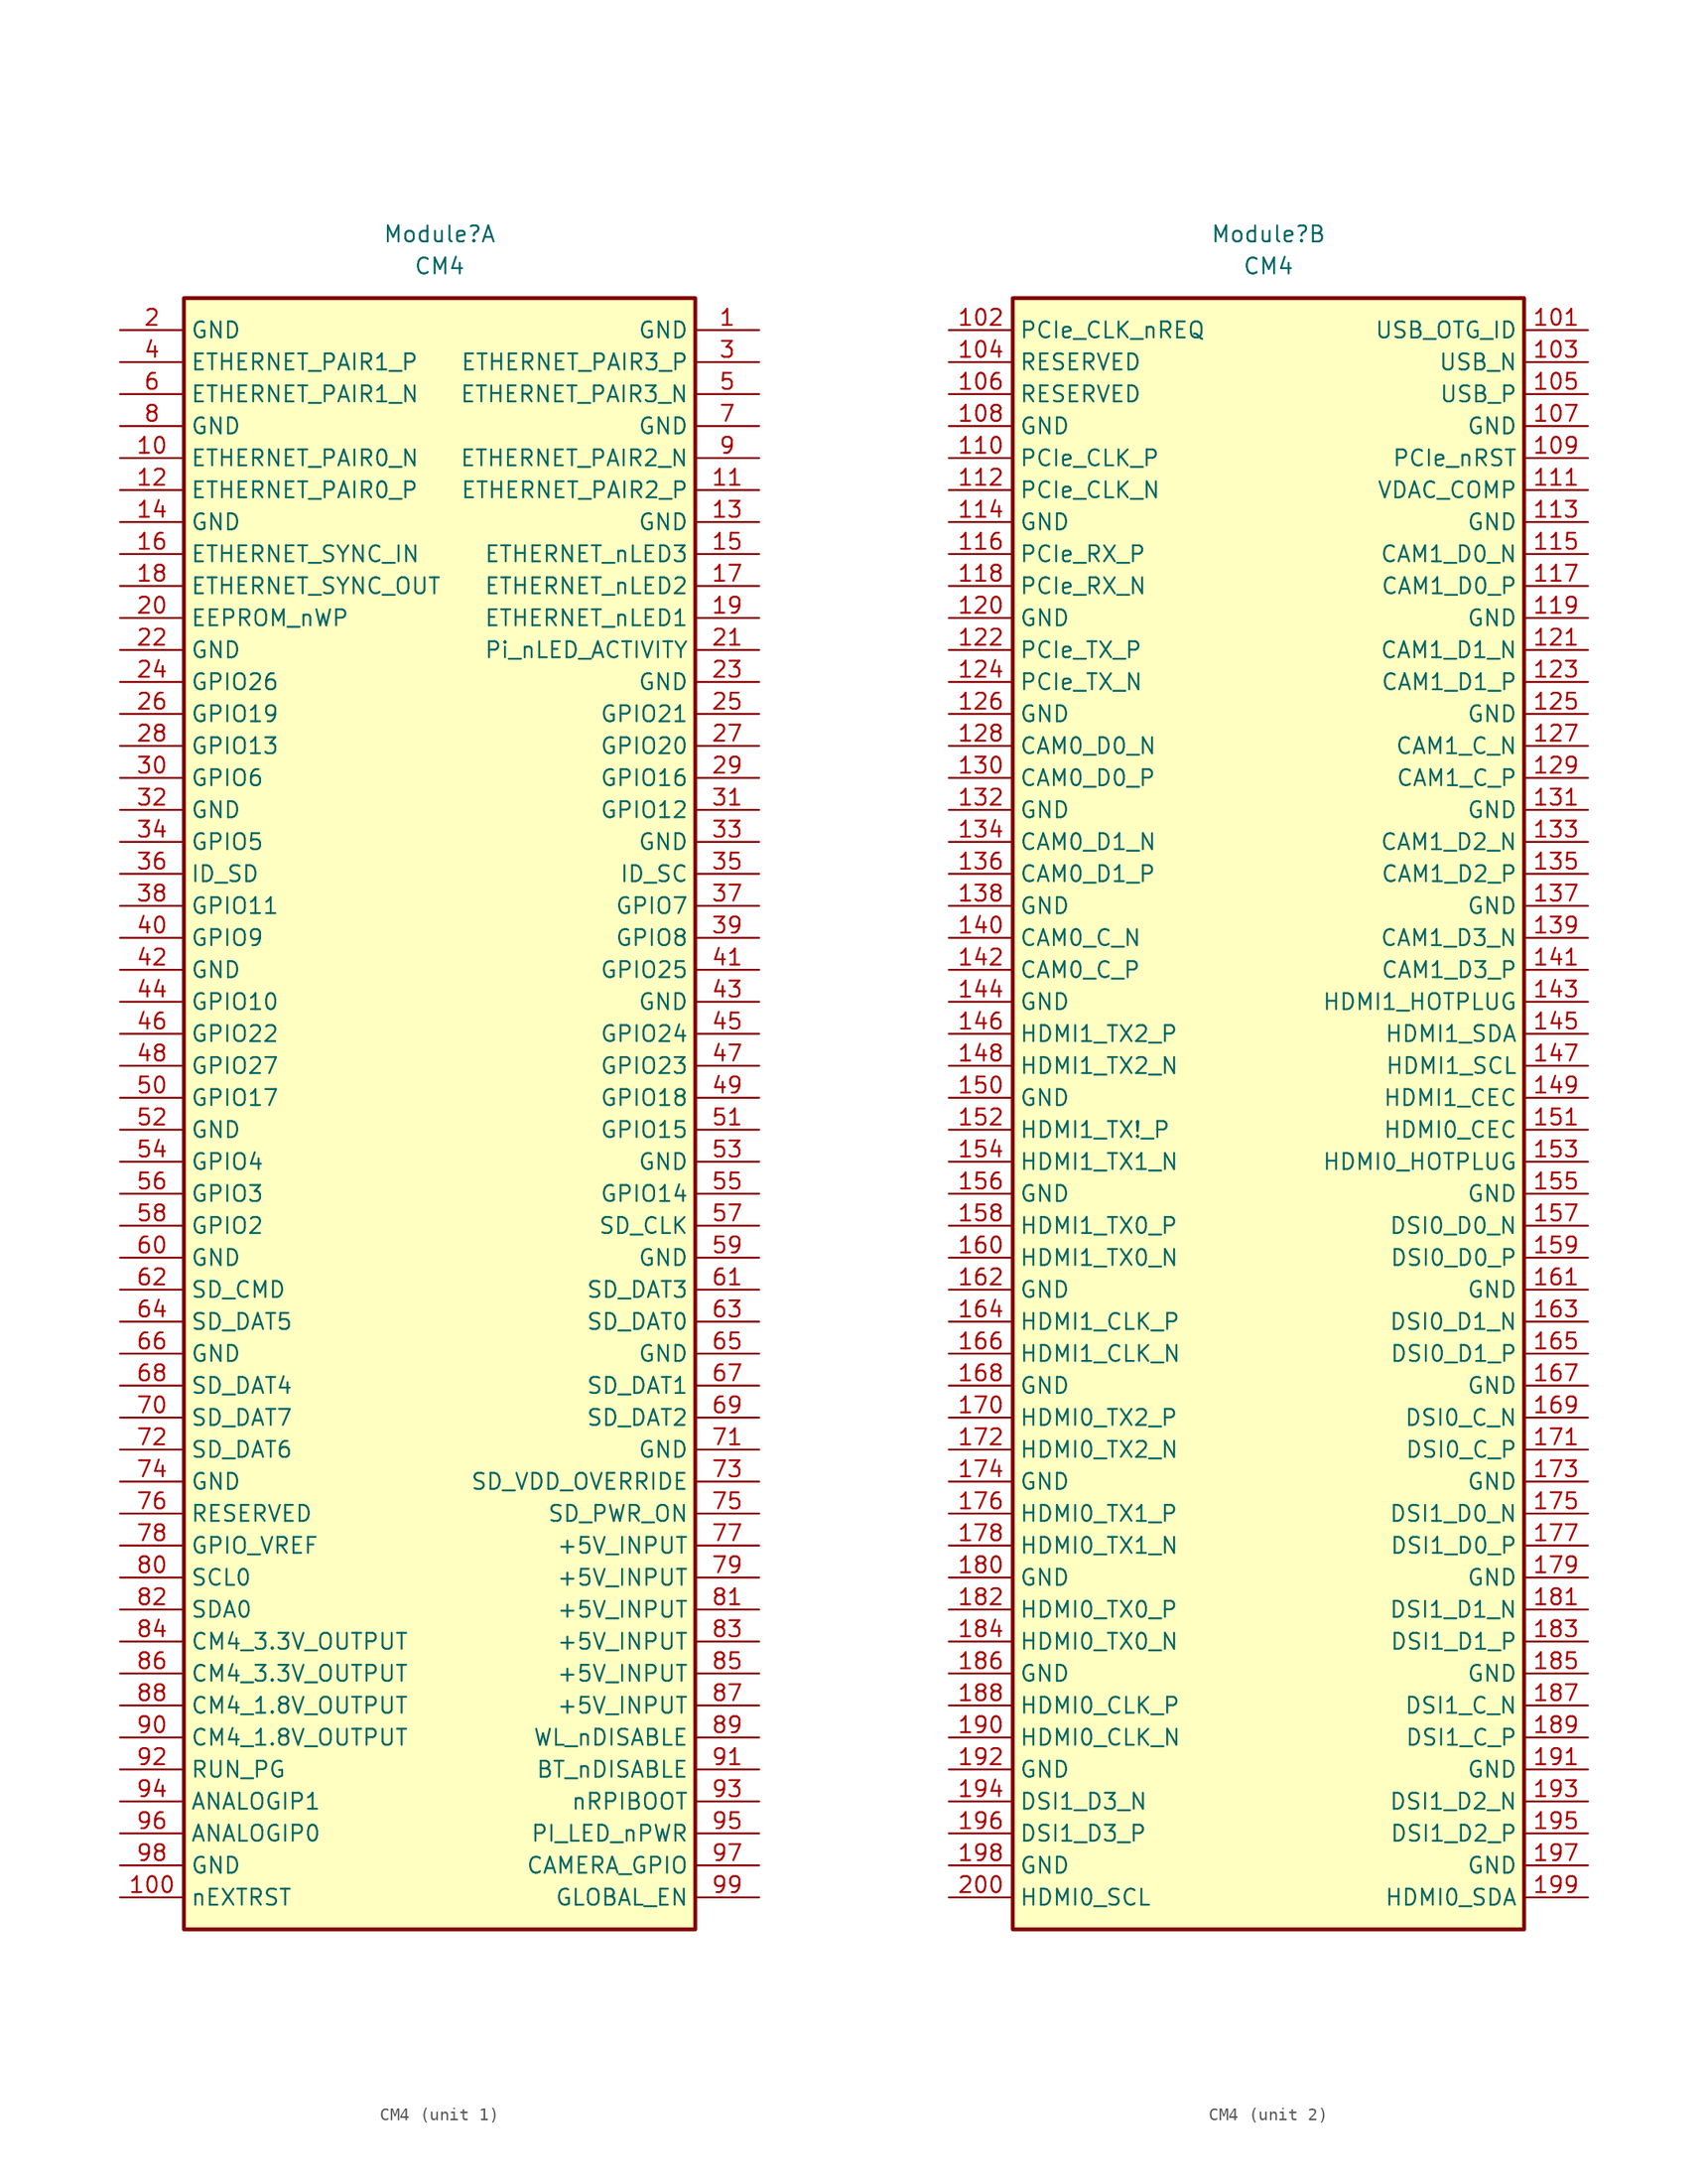
<source format=kicad_sym>
(kicad_symbol_lib
  (version 20211014)
  (generator kicad_symbol_editor)
  (symbol "CM4"
    (property "Reference" "Module"
      (at 0 68.58 0)
      (effects (font (size 1.27 1.27))))
    (property "Value" "CM4"
      (at 0 66.04 0)
      (effects (font (size 1.27 1.27))))
    (property "ki_locked" ""
      (at 0 0 0)
      (effects (font (size 1.27 1.27))))
    (symbol "CM4_1_1"
      (rectangle (start -20.32 63.5) (end 20.32 -66.04) (stroke (width 0.305) (type default) (color 0 0 0 0)) (fill (type background)))
      (pin power_in line (at 25.4 60.96 180) (length 5.08) (name "GND" (effects (font (size 1.27 1.27)))) (number "1" (effects (font (size 1.27 1.27)))))
      (pin bidirectional line (at -25.4 50.8 0) (length 5.08) (name "ETHERNET_PAIR0_N" (effects (font (size 1.27 1.27)))) (number "10" (effects (font (size 1.27 1.27)))))
      (pin bidirectional line (at -25.4 -63.5 0) (length 5.08) (name "nEXTRST" (effects (font (size 1.27 1.27)))) (number "100" (effects (font (size 1.27 1.27)))))
      (pin bidirectional line (at 25.4 48.26 180) (length 5.08) (name "ETHERNET_PAIR2_P" (effects (font (size 1.27 1.27)))) (number "11" (effects (font (size 1.27 1.27)))))
      (pin bidirectional line (at -25.4 48.26 0) (length 5.08) (name "ETHERNET_PAIR0_P" (effects (font (size 1.27 1.27)))) (number "12" (effects (font (size 1.27 1.27)))))
      (pin power_in line (at 25.4 45.72 180) (length 5.08) (name "GND" (effects (font (size 1.27 1.27)))) (number "13" (effects (font (size 1.27 1.27)))))
      (pin power_in line (at -25.4 45.72 0) (length 5.08) (name "GND" (effects (font (size 1.27 1.27)))) (number "14" (effects (font (size 1.27 1.27)))))
      (pin bidirectional line (at 25.4 43.18 180) (length 5.08) (name "ETHERNET_nLED3" (effects (font (size 1.27 1.27)))) (number "15" (effects (font (size 1.27 1.27)))))
      (pin bidirectional line (at -25.4 43.18 0) (length 5.08) (name "ETHERNET_SYNC_IN" (effects (font (size 1.27 1.27)))) (number "16" (effects (font (size 1.27 1.27)))))
      (pin bidirectional line (at 25.4 40.64 180) (length 5.08) (name "ETHERNET_nLED2" (effects (font (size 1.27 1.27)))) (number "17" (effects (font (size 1.27 1.27)))))
      (pin bidirectional line (at -25.4 40.64 0) (length 5.08) (name "ETHERNET_SYNC_OUT" (effects (font (size 1.27 1.27)))) (number "18" (effects (font (size 1.27 1.27)))))
      (pin bidirectional line (at 25.4 38.1 180) (length 5.08) (name "ETHERNET_nLED1" (effects (font (size 1.27 1.27)))) (number "19" (effects (font (size 1.27 1.27)))))
      (pin power_in line (at -25.4 60.96 0) (length 5.08) (name "GND" (effects (font (size 1.27 1.27)))) (number "2" (effects (font (size 1.27 1.27)))))
      (pin bidirectional line (at -25.4 38.1 0) (length 5.08) (name "EEPROM_nWP" (effects (font (size 1.27 1.27)))) (number "20" (effects (font (size 1.27 1.27)))))
      (pin bidirectional line (at 25.4 35.56 180) (length 5.08) (name "Pi_nLED_ACTIVITY" (effects (font (size 1.27 1.27)))) (number "21" (effects (font (size 1.27 1.27)))))
      (pin power_in line (at -25.4 35.56 0) (length 5.08) (name "GND" (effects (font (size 1.27 1.27)))) (number "22" (effects (font (size 1.27 1.27)))))
      (pin power_in line (at 25.4 33.02 180) (length 5.08) (name "GND" (effects (font (size 1.27 1.27)))) (number "23" (effects (font (size 1.27 1.27)))))
      (pin bidirectional line (at -25.4 33.02 0) (length 5.08) (name "GPIO26" (effects (font (size 1.27 1.27)))) (number "24" (effects (font (size 1.27 1.27)))))
      (pin bidirectional line (at 25.4 30.48 180) (length 5.08) (name "GPIO21" (effects (font (size 1.27 1.27)))) (number "25" (effects (font (size 1.27 1.27)))))
      (pin bidirectional line (at -25.4 30.48 0) (length 5.08) (name "GPIO19" (effects (font (size 1.27 1.27)))) (number "26" (effects (font (size 1.27 1.27)))))
      (pin bidirectional line (at 25.4 27.94 180) (length 5.08) (name "GPIO20" (effects (font (size 1.27 1.27)))) (number "27" (effects (font (size 1.27 1.27)))))
      (pin bidirectional line (at -25.4 27.94 0) (length 5.08) (name "GPIO13" (effects (font (size 1.27 1.27)))) (number "28" (effects (font (size 1.27 1.27)))))
      (pin bidirectional line (at 25.4 25.4 180) (length 5.08) (name "GPIO16" (effects (font (size 1.27 1.27)))) (number "29" (effects (font (size 1.27 1.27)))))
      (pin bidirectional line (at 25.4 58.42 180) (length 5.08) (name "ETHERNET_PAIR3_P" (effects (font (size 1.27 1.27)))) (number "3" (effects (font (size 1.27 1.27)))))
      (pin bidirectional line (at -25.4 25.4 0) (length 5.08) (name "GPIO6" (effects (font (size 1.27 1.27)))) (number "30" (effects (font (size 1.27 1.27)))))
      (pin bidirectional line (at 25.4 22.86 180) (length 5.08) (name "GPIO12" (effects (font (size 1.27 1.27)))) (number "31" (effects (font (size 1.27 1.27)))))
      (pin power_in line (at -25.4 22.86 0) (length 5.08) (name "GND" (effects (font (size 1.27 1.27)))) (number "32" (effects (font (size 1.27 1.27)))))
      (pin power_in line (at 25.4 20.32 180) (length 5.08) (name "GND" (effects (font (size 1.27 1.27)))) (number "33" (effects (font (size 1.27 1.27)))))
      (pin bidirectional line (at -25.4 20.32 0) (length 5.08) (name "GPIO5" (effects (font (size 1.27 1.27)))) (number "34" (effects (font (size 1.27 1.27)))))
      (pin bidirectional line (at 25.4 17.78 180) (length 5.08) (name "ID_SC" (effects (font (size 1.27 1.27)))) (number "35" (effects (font (size 1.27 1.27)))))
      (pin bidirectional line (at -25.4 17.78 0) (length 5.08) (name "ID_SD" (effects (font (size 1.27 1.27)))) (number "36" (effects (font (size 1.27 1.27)))))
      (pin bidirectional line (at 25.4 15.24 180) (length 5.08) (name "GPIO7" (effects (font (size 1.27 1.27)))) (number "37" (effects (font (size 1.27 1.27)))))
      (pin bidirectional line (at -25.4 15.24 0) (length 5.08) (name "GPIO11" (effects (font (size 1.27 1.27)))) (number "38" (effects (font (size 1.27 1.27)))))
      (pin bidirectional line (at 25.4 12.7 180) (length 5.08) (name "GPIO8" (effects (font (size 1.27 1.27)))) (number "39" (effects (font (size 1.27 1.27)))))
      (pin bidirectional line (at -25.4 58.42 0) (length 5.08) (name "ETHERNET_PAIR1_P" (effects (font (size 1.27 1.27)))) (number "4" (effects (font (size 1.27 1.27)))))
      (pin bidirectional line (at -25.4 12.7 0) (length 5.08) (name "GPIO9" (effects (font (size 1.27 1.27)))) (number "40" (effects (font (size 1.27 1.27)))))
      (pin bidirectional line (at 25.4 10.16 180) (length 5.08) (name "GPIO25" (effects (font (size 1.27 1.27)))) (number "41" (effects (font (size 1.27 1.27)))))
      (pin power_in line (at -25.4 10.16 0) (length 5.08) (name "GND" (effects (font (size 1.27 1.27)))) (number "42" (effects (font (size 1.27 1.27)))))
      (pin power_in line (at 25.4 7.62 180) (length 5.08) (name "GND" (effects (font (size 1.27 1.27)))) (number "43" (effects (font (size 1.27 1.27)))))
      (pin bidirectional line (at -25.4 7.62 0) (length 5.08) (name "GPIO10" (effects (font (size 1.27 1.27)))) (number "44" (effects (font (size 1.27 1.27)))))
      (pin bidirectional line (at 25.4 5.08 180) (length 5.08) (name "GPIO24" (effects (font (size 1.27 1.27)))) (number "45" (effects (font (size 1.27 1.27)))))
      (pin bidirectional line (at -25.4 5.08 0) (length 5.08) (name "GPIO22" (effects (font (size 1.27 1.27)))) (number "46" (effects (font (size 1.27 1.27)))))
      (pin bidirectional line (at 25.4 2.54 180) (length 5.08) (name "GPIO23" (effects (font (size 1.27 1.27)))) (number "47" (effects (font (size 1.27 1.27)))))
      (pin bidirectional line (at -25.4 2.54 0) (length 5.08) (name "GPIO27" (effects (font (size 1.27 1.27)))) (number "48" (effects (font (size 1.27 1.27)))))
      (pin bidirectional line (at 25.4 0 180) (length 5.08) (name "GPIO18" (effects (font (size 1.27 1.27)))) (number "49" (effects (font (size 1.27 1.27)))))
      (pin bidirectional line (at 25.4 55.88 180) (length 5.08) (name "ETHERNET_PAIR3_N" (effects (font (size 1.27 1.27)))) (number "5" (effects (font (size 1.27 1.27)))))
      (pin bidirectional line (at -25.4 0 0) (length 5.08) (name "GPIO17" (effects (font (size 1.27 1.27)))) (number "50" (effects (font (size 1.27 1.27)))))
      (pin bidirectional line (at 25.4 -2.54 180) (length 5.08) (name "GPIO15" (effects (font (size 1.27 1.27)))) (number "51" (effects (font (size 1.27 1.27)))))
      (pin power_in line (at -25.4 -2.54 0) (length 5.08) (name "GND" (effects (font (size 1.27 1.27)))) (number "52" (effects (font (size 1.27 1.27)))))
      (pin power_in line (at 25.4 -5.08 180) (length 5.08) (name "GND" (effects (font (size 1.27 1.27)))) (number "53" (effects (font (size 1.27 1.27)))))
      (pin bidirectional line (at -25.4 -5.08 0) (length 5.08) (name "GPIO4" (effects (font (size 1.27 1.27)))) (number "54" (effects (font (size 1.27 1.27)))))
      (pin bidirectional line (at 25.4 -7.62 180) (length 5.08) (name "GPIO14" (effects (font (size 1.27 1.27)))) (number "55" (effects (font (size 1.27 1.27)))))
      (pin bidirectional line (at -25.4 -7.62 0) (length 5.08) (name "GPIO3" (effects (font (size 1.27 1.27)))) (number "56" (effects (font (size 1.27 1.27)))))
      (pin bidirectional line (at 25.4 -10.16 180) (length 5.08) (name "SD_CLK" (effects (font (size 1.27 1.27)))) (number "57" (effects (font (size 1.27 1.27)))))
      (pin bidirectional line (at -25.4 -10.16 0) (length 5.08) (name "GPIO2" (effects (font (size 1.27 1.27)))) (number "58" (effects (font (size 1.27 1.27)))))
      (pin power_in line (at 25.4 -12.7 180) (length 5.08) (name "GND" (effects (font (size 1.27 1.27)))) (number "59" (effects (font (size 1.27 1.27)))))
      (pin bidirectional line (at -25.4 55.88 0) (length 5.08) (name "ETHERNET_PAIR1_N" (effects (font (size 1.27 1.27)))) (number "6" (effects (font (size 1.27 1.27)))))
      (pin power_in line (at -25.4 -12.7 0) (length 5.08) (name "GND" (effects (font (size 1.27 1.27)))) (number "60" (effects (font (size 1.27 1.27)))))
      (pin bidirectional line (at 25.4 -15.24 180) (length 5.08) (name "SD_DAT3" (effects (font (size 1.27 1.27)))) (number "61" (effects (font (size 1.27 1.27)))))
      (pin bidirectional line (at -25.4 -15.24 0) (length 5.08) (name "SD_CMD" (effects (font (size 1.27 1.27)))) (number "62" (effects (font (size 1.27 1.27)))))
      (pin bidirectional line (at 25.4 -17.78 180) (length 5.08) (name "SD_DAT0" (effects (font (size 1.27 1.27)))) (number "63" (effects (font (size 1.27 1.27)))))
      (pin bidirectional line (at -25.4 -17.78 0) (length 5.08) (name "SD_DAT5" (effects (font (size 1.27 1.27)))) (number "64" (effects (font (size 1.27 1.27)))))
      (pin power_in line (at 25.4 -20.32 180) (length 5.08) (name "GND" (effects (font (size 1.27 1.27)))) (number "65" (effects (font (size 1.27 1.27)))))
      (pin power_in line (at -25.4 -20.32 0) (length 5.08) (name "GND" (effects (font (size 1.27 1.27)))) (number "66" (effects (font (size 1.27 1.27)))))
      (pin bidirectional line (at 25.4 -22.86 180) (length 5.08) (name "SD_DAT1" (effects (font (size 1.27 1.27)))) (number "67" (effects (font (size 1.27 1.27)))))
      (pin bidirectional line (at -25.4 -22.86 0) (length 5.08) (name "SD_DAT4" (effects (font (size 1.27 1.27)))) (number "68" (effects (font (size 1.27 1.27)))))
      (pin bidirectional line (at 25.4 -25.4 180) (length 5.08) (name "SD_DAT2" (effects (font (size 1.27 1.27)))) (number "69" (effects (font (size 1.27 1.27)))))
      (pin power_in line (at 25.4 53.34 180) (length 5.08) (name "GND" (effects (font (size 1.27 1.27)))) (number "7" (effects (font (size 1.27 1.27)))))
      (pin bidirectional line (at -25.4 -25.4 0) (length 5.08) (name "SD_DAT7" (effects (font (size 1.27 1.27)))) (number "70" (effects (font (size 1.27 1.27)))))
      (pin power_in line (at 25.4 -27.94 180) (length 5.08) (name "GND" (effects (font (size 1.27 1.27)))) (number "71" (effects (font (size 1.27 1.27)))))
      (pin bidirectional line (at -25.4 -27.94 0) (length 5.08) (name "SD_DAT6" (effects (font (size 1.27 1.27)))) (number "72" (effects (font (size 1.27 1.27)))))
      (pin bidirectional line (at 25.4 -30.48 180) (length 5.08) (name "SD_VDD_OVERRIDE" (effects (font (size 1.27 1.27)))) (number "73" (effects (font (size 1.27 1.27)))))
      (pin power_in line (at -25.4 -30.48 0) (length 5.08) (name "GND" (effects (font (size 1.27 1.27)))) (number "74" (effects (font (size 1.27 1.27)))))
      (pin bidirectional line (at 25.4 -33.02 180) (length 5.08) (name "SD_PWR_ON" (effects (font (size 1.27 1.27)))) (number "75" (effects (font (size 1.27 1.27)))))
      (pin bidirectional line (at -25.4 -33.02 0) (length 5.08) (name "RESERVED" (effects (font (size 1.27 1.27)))) (number "76" (effects (font (size 1.27 1.27)))))
      (pin power_in line (at 25.4 -35.56 180) (length 5.08) (name "+5V_INPUT" (effects (font (size 1.27 1.27)))) (number "77" (effects (font (size 1.27 1.27)))))
      (pin bidirectional line (at -25.4 -35.56 0) (length 5.08) (name "GPIO_VREF" (effects (font (size 1.27 1.27)))) (number "78" (effects (font (size 1.27 1.27)))))
      (pin power_in line (at 25.4 -38.1 180) (length 5.08) (name "+5V_INPUT" (effects (font (size 1.27 1.27)))) (number "79" (effects (font (size 1.27 1.27)))))
      (pin power_in line (at -25.4 53.34 0) (length 5.08) (name "GND" (effects (font (size 1.27 1.27)))) (number "8" (effects (font (size 1.27 1.27)))))
      (pin bidirectional line (at -25.4 -38.1 0) (length 5.08) (name "SCL0" (effects (font (size 1.27 1.27)))) (number "80" (effects (font (size 1.27 1.27)))))
      (pin power_in line (at 25.4 -40.64 180) (length 5.08) (name "+5V_INPUT" (effects (font (size 1.27 1.27)))) (number "81" (effects (font (size 1.27 1.27)))))
      (pin bidirectional line (at -25.4 -40.64 0) (length 5.08) (name "SDA0" (effects (font (size 1.27 1.27)))) (number "82" (effects (font (size 1.27 1.27)))))
      (pin power_in line (at 25.4 -43.18 180) (length 5.08) (name "+5V_INPUT" (effects (font (size 1.27 1.27)))) (number "83" (effects (font (size 1.27 1.27)))))
      (pin power_out line (at -25.4 -43.18 0) (length 5.08) (name "CM4_3.3V_OUTPUT" (effects (font (size 1.27 1.27)))) (number "84" (effects (font (size 1.27 1.27)))))
      (pin power_in line (at 25.4 -45.72 180) (length 5.08) (name "+5V_INPUT" (effects (font (size 1.27 1.27)))) (number "85" (effects (font (size 1.27 1.27)))))
      (pin power_out line (at -25.4 -45.72 0) (length 5.08) (name "CM4_3.3V_OUTPUT" (effects (font (size 1.27 1.27)))) (number "86" (effects (font (size 1.27 1.27)))))
      (pin power_in line (at 25.4 -48.26 180) (length 5.08) (name "+5V_INPUT" (effects (font (size 1.27 1.27)))) (number "87" (effects (font (size 1.27 1.27)))))
      (pin power_out line (at -25.4 -48.26 0) (length 5.08) (name "CM4_1.8V_OUTPUT" (effects (font (size 1.27 1.27)))) (number "88" (effects (font (size 1.27 1.27)))))
      (pin bidirectional line (at 25.4 -50.8 180) (length 5.08) (name "WL_nDISABLE" (effects (font (size 1.27 1.27)))) (number "89" (effects (font (size 1.27 1.27)))))
      (pin bidirectional line (at 25.4 50.8 180) (length 5.08) (name "ETHERNET_PAIR2_N" (effects (font (size 1.27 1.27)))) (number "9" (effects (font (size 1.27 1.27)))))
      (pin power_out line (at -25.4 -50.8 0) (length 5.08) (name "CM4_1.8V_OUTPUT" (effects (font (size 1.27 1.27)))) (number "90" (effects (font (size 1.27 1.27)))))
      (pin bidirectional line (at 25.4 -53.34 180) (length 5.08) (name "BT_nDISABLE" (effects (font (size 1.27 1.27)))) (number "91" (effects (font (size 1.27 1.27)))))
      (pin bidirectional line (at -25.4 -53.34 0) (length 5.08) (name "RUN_PG" (effects (font (size 1.27 1.27)))) (number "92" (effects (font (size 1.27 1.27)))))
      (pin bidirectional line (at 25.4 -55.88 180) (length 5.08) (name "nRPIBOOT" (effects (font (size 1.27 1.27)))) (number "93" (effects (font (size 1.27 1.27)))))
      (pin bidirectional line (at -25.4 -55.88 0) (length 5.08) (name "ANALOGIP1" (effects (font (size 1.27 1.27)))) (number "94" (effects (font (size 1.27 1.27)))))
      (pin bidirectional line (at 25.4 -58.42 180) (length 5.08) (name "PI_LED_nPWR" (effects (font (size 1.27 1.27)))) (number "95" (effects (font (size 1.27 1.27)))))
      (pin bidirectional line (at -25.4 -58.42 0) (length 5.08) (name "ANALOGIP0" (effects (font (size 1.27 1.27)))) (number "96" (effects (font (size 1.27 1.27)))))
      (pin bidirectional line (at 25.4 -60.96 180) (length 5.08) (name "CAMERA_GPIO" (effects (font (size 1.27 1.27)))) (number "97" (effects (font (size 1.27 1.27)))))
      (pin power_in line (at -25.4 -60.96 0) (length 5.08) (name "GND" (effects (font (size 1.27 1.27)))) (number "98" (effects (font (size 1.27 1.27)))))
      (pin bidirectional line (at 25.4 -63.5 180) (length 5.08) (name "GLOBAL_EN" (effects (font (size 1.27 1.27)))) (number "99" (effects (font (size 1.27 1.27))))))
    (symbol "CM4_2_1"
      (rectangle (start -20.32 63.5) (end 20.32 -66.04) (stroke (width 0.305) (type default) (color 0 0 0 0)) (fill (type background)))
      (pin bidirectional line (at 25.4 60.96 180) (length 5.08) (name "USB_OTG_ID" (effects (font (size 1.27 1.27)))) (number "101" (effects (font (size 1.27 1.27)))))
      (pin bidirectional line (at -25.4 60.96 0) (length 5.08) (name "PCIe_CLK_nREQ" (effects (font (size 1.27 1.27)))) (number "102" (effects (font (size 1.27 1.27)))))
      (pin bidirectional line (at 25.4 58.42 180) (length 5.08) (name "USB_N" (effects (font (size 1.27 1.27)))) (number "103" (effects (font (size 1.27 1.27)))))
      (pin bidirectional line (at -25.4 58.42 0) (length 5.08) (name "RESERVED" (effects (font (size 1.27 1.27)))) (number "104" (effects (font (size 1.27 1.27)))))
      (pin bidirectional line (at 25.4 55.88 180) (length 5.08) (name "USB_P" (effects (font (size 1.27 1.27)))) (number "105" (effects (font (size 1.27 1.27)))))
      (pin bidirectional line (at -25.4 55.88 0) (length 5.08) (name "RESERVED" (effects (font (size 1.27 1.27)))) (number "106" (effects (font (size 1.27 1.27)))))
      (pin power_in line (at 25.4 53.34 180) (length 5.08) (name "GND" (effects (font (size 1.27 1.27)))) (number "107" (effects (font (size 1.27 1.27)))))
      (pin power_in line (at -25.4 53.34 0) (length 5.08) (name "GND" (effects (font (size 1.27 1.27)))) (number "108" (effects (font (size 1.27 1.27)))))
      (pin bidirectional line (at 25.4 50.8 180) (length 5.08) (name "PCIe_nRST" (effects (font (size 1.27 1.27)))) (number "109" (effects (font (size 1.27 1.27)))))
      (pin bidirectional line (at -25.4 50.8 0) (length 5.08) (name "PCIe_CLK_P" (effects (font (size 1.27 1.27)))) (number "110" (effects (font (size 1.27 1.27)))))
      (pin bidirectional line (at 25.4 48.26 180) (length 5.08) (name "VDAC_COMP" (effects (font (size 1.27 1.27)))) (number "111" (effects (font (size 1.27 1.27)))))
      (pin bidirectional line (at -25.4 48.26 0) (length 5.08) (name "PCIe_CLK_N" (effects (font (size 1.27 1.27)))) (number "112" (effects (font (size 1.27 1.27)))))
      (pin power_in line (at 25.4 45.72 180) (length 5.08) (name "GND" (effects (font (size 1.27 1.27)))) (number "113" (effects (font (size 1.27 1.27)))))
      (pin power_in line (at -25.4 45.72 0) (length 5.08) (name "GND" (effects (font (size 1.27 1.27)))) (number "114" (effects (font (size 1.27 1.27)))))
      (pin bidirectional line (at 25.4 43.18 180) (length 5.08) (name "CAM1_D0_N" (effects (font (size 1.27 1.27)))) (number "115" (effects (font (size 1.27 1.27)))))
      (pin bidirectional line (at -25.4 43.18 0) (length 5.08) (name "PCIe_RX_P" (effects (font (size 1.27 1.27)))) (number "116" (effects (font (size 1.27 1.27)))))
      (pin bidirectional line (at 25.4 40.64 180) (length 5.08) (name "CAM1_D0_P" (effects (font (size 1.27 1.27)))) (number "117" (effects (font (size 1.27 1.27)))))
      (pin bidirectional line (at -25.4 40.64 0) (length 5.08) (name "PCIe_RX_N" (effects (font (size 1.27 1.27)))) (number "118" (effects (font (size 1.27 1.27)))))
      (pin power_in line (at 25.4 38.1 180) (length 5.08) (name "GND" (effects (font (size 1.27 1.27)))) (number "119" (effects (font (size 1.27 1.27)))))
      (pin power_in line (at -25.4 38.1 0) (length 5.08) (name "GND" (effects (font (size 1.27 1.27)))) (number "120" (effects (font (size 1.27 1.27)))))
      (pin bidirectional line (at 25.4 35.56 180) (length 5.08) (name "CAM1_D1_N" (effects (font (size 1.27 1.27)))) (number "121" (effects (font (size 1.27 1.27)))))
      (pin bidirectional line (at -25.4 35.56 0) (length 5.08) (name "PCIe_TX_P" (effects (font (size 1.27 1.27)))) (number "122" (effects (font (size 1.27 1.27)))))
      (pin bidirectional line (at 25.4 33.02 180) (length 5.08) (name "CAM1_D1_P" (effects (font (size 1.27 1.27)))) (number "123" (effects (font (size 1.27 1.27)))))
      (pin bidirectional line (at -25.4 33.02 0) (length 5.08) (name "PCIe_TX_N" (effects (font (size 1.27 1.27)))) (number "124" (effects (font (size 1.27 1.27)))))
      (pin power_in line (at 25.4 30.48 180) (length 5.08) (name "GND" (effects (font (size 1.27 1.27)))) (number "125" (effects (font (size 1.27 1.27)))))
      (pin power_in line (at -25.4 30.48 0) (length 5.08) (name "GND" (effects (font (size 1.27 1.27)))) (number "126" (effects (font (size 1.27 1.27)))))
      (pin bidirectional line (at 25.4 27.94 180) (length 5.08) (name "CAM1_C_N" (effects (font (size 1.27 1.27)))) (number "127" (effects (font (size 1.27 1.27)))))
      (pin bidirectional line (at -25.4 27.94 0) (length 5.08) (name "CAM0_D0_N" (effects (font (size 1.27 1.27)))) (number "128" (effects (font (size 1.27 1.27)))))
      (pin bidirectional line (at 25.4 25.4 180) (length 5.08) (name "CAM1_C_P" (effects (font (size 1.27 1.27)))) (number "129" (effects (font (size 1.27 1.27)))))
      (pin bidirectional line (at -25.4 25.4 0) (length 5.08) (name "CAM0_D0_P" (effects (font (size 1.27 1.27)))) (number "130" (effects (font (size 1.27 1.27)))))
      (pin power_in line (at 25.4 22.86 180) (length 5.08) (name "GND" (effects (font (size 1.27 1.27)))) (number "131" (effects (font (size 1.27 1.27)))))
      (pin power_in line (at -25.4 22.86 0) (length 5.08) (name "GND" (effects (font (size 1.27 1.27)))) (number "132" (effects (font (size 1.27 1.27)))))
      (pin bidirectional line (at 25.4 20.32 180) (length 5.08) (name "CAM1_D2_N" (effects (font (size 1.27 1.27)))) (number "133" (effects (font (size 1.27 1.27)))))
      (pin bidirectional line (at -25.4 20.32 0) (length 5.08) (name "CAM0_D1_N" (effects (font (size 1.27 1.27)))) (number "134" (effects (font (size 1.27 1.27)))))
      (pin bidirectional line (at 25.4 17.78 180) (length 5.08) (name "CAM1_D2_P" (effects (font (size 1.27 1.27)))) (number "135" (effects (font (size 1.27 1.27)))))
      (pin bidirectional line (at -25.4 17.78 0) (length 5.08) (name "CAM0_D1_P" (effects (font (size 1.27 1.27)))) (number "136" (effects (font (size 1.27 1.27)))))
      (pin power_in line (at 25.4 15.24 180) (length 5.08) (name "GND" (effects (font (size 1.27 1.27)))) (number "137" (effects (font (size 1.27 1.27)))))
      (pin power_in line (at -25.4 15.24 0) (length 5.08) (name "GND" (effects (font (size 1.27 1.27)))) (number "138" (effects (font (size 1.27 1.27)))))
      (pin bidirectional line (at 25.4 12.7 180) (length 5.08) (name "CAM1_D3_N" (effects (font (size 1.27 1.27)))) (number "139" (effects (font (size 1.27 1.27)))))
      (pin bidirectional line (at -25.4 12.7 0) (length 5.08) (name "CAM0_C_N" (effects (font (size 1.27 1.27)))) (number "140" (effects (font (size 1.27 1.27)))))
      (pin bidirectional line (at 25.4 10.16 180) (length 5.08) (name "CAM1_D3_P" (effects (font (size 1.27 1.27)))) (number "141" (effects (font (size 1.27 1.27)))))
      (pin bidirectional line (at -25.4 10.16 0) (length 5.08) (name "CAM0_C_P" (effects (font (size 1.27 1.27)))) (number "142" (effects (font (size 1.27 1.27)))))
      (pin bidirectional line (at 25.4 7.62 180) (length 5.08) (name "HDMI1_HOTPLUG" (effects (font (size 1.27 1.27)))) (number "143" (effects (font (size 1.27 1.27)))))
      (pin power_in line (at -25.4 7.62 0) (length 5.08) (name "GND" (effects (font (size 1.27 1.27)))) (number "144" (effects (font (size 1.27 1.27)))))
      (pin bidirectional line (at 25.4 5.08 180) (length 5.08) (name "HDMI1_SDA" (effects (font (size 1.27 1.27)))) (number "145" (effects (font (size 1.27 1.27)))))
      (pin bidirectional line (at -25.4 5.08 0) (length 5.08) (name "HDMI1_TX2_P" (effects (font (size 1.27 1.27)))) (number "146" (effects (font (size 1.27 1.27)))))
      (pin bidirectional line (at 25.4 2.54 180) (length 5.08) (name "HDMI1_SCL" (effects (font (size 1.27 1.27)))) (number "147" (effects (font (size 1.27 1.27)))))
      (pin bidirectional line (at -25.4 2.54 0) (length 5.08) (name "HDMI1_TX2_N" (effects (font (size 1.27 1.27)))) (number "148" (effects (font (size 1.27 1.27)))))
      (pin bidirectional line (at 25.4 0 180) (length 5.08) (name "HDMI1_CEC" (effects (font (size 1.27 1.27)))) (number "149" (effects (font (size 1.27 1.27)))))
      (pin power_in line (at -25.4 0 0) (length 5.08) (name "GND" (effects (font (size 1.27 1.27)))) (number "150" (effects (font (size 1.27 1.27)))))
      (pin bidirectional line (at 25.4 -2.54 180) (length 5.08) (name "HDMI0_CEC" (effects (font (size 1.27 1.27)))) (number "151" (effects (font (size 1.27 1.27)))))
      (pin bidirectional line (at -25.4 -2.54 0) (length 5.08) (name "HDMI1_TX!_P" (effects (font (size 1.27 1.27)))) (number "152" (effects (font (size 1.27 1.27)))))
      (pin bidirectional line (at 25.4 -5.08 180) (length 5.08) (name "HDMI0_HOTPLUG" (effects (font (size 1.27 1.27)))) (number "153" (effects (font (size 1.27 1.27)))))
      (pin bidirectional line (at -25.4 -5.08 0) (length 5.08) (name "HDMI1_TX1_N" (effects (font (size 1.27 1.27)))) (number "154" (effects (font (size 1.27 1.27)))))
      (pin power_in line (at 25.4 -7.62 180) (length 5.08) (name "GND" (effects (font (size 1.27 1.27)))) (number "155" (effects (font (size 1.27 1.27)))))
      (pin power_in line (at -25.4 -7.62 0) (length 5.08) (name "GND" (effects (font (size 1.27 1.27)))) (number "156" (effects (font (size 1.27 1.27)))))
      (pin bidirectional line (at 25.4 -10.16 180) (length 5.08) (name "DSI0_D0_N" (effects (font (size 1.27 1.27)))) (number "157" (effects (font (size 1.27 1.27)))))
      (pin bidirectional line (at -25.4 -10.16 0) (length 5.08) (name "HDMI1_TX0_P" (effects (font (size 1.27 1.27)))) (number "158" (effects (font (size 1.27 1.27)))))
      (pin bidirectional line (at 25.4 -12.7 180) (length 5.08) (name "DSI0_D0_P" (effects (font (size 1.27 1.27)))) (number "159" (effects (font (size 1.27 1.27)))))
      (pin bidirectional line (at -25.4 -12.7 0) (length 5.08) (name "HDMI1_TX0_N" (effects (font (size 1.27 1.27)))) (number "160" (effects (font (size 1.27 1.27)))))
      (pin power_in line (at 25.4 -15.24 180) (length 5.08) (name "GND" (effects (font (size 1.27 1.27)))) (number "161" (effects (font (size 1.27 1.27)))))
      (pin power_in line (at -25.4 -15.24 0) (length 5.08) (name "GND" (effects (font (size 1.27 1.27)))) (number "162" (effects (font (size 1.27 1.27)))))
      (pin bidirectional line (at 25.4 -17.78 180) (length 5.08) (name "DSI0_D1_N" (effects (font (size 1.27 1.27)))) (number "163" (effects (font (size 1.27 1.27)))))
      (pin bidirectional line (at -25.4 -17.78 0) (length 5.08) (name "HDMI1_CLK_P" (effects (font (size 1.27 1.27)))) (number "164" (effects (font (size 1.27 1.27)))))
      (pin bidirectional line (at 25.4 -20.32 180) (length 5.08) (name "DSI0_D1_P" (effects (font (size 1.27 1.27)))) (number "165" (effects (font (size 1.27 1.27)))))
      (pin bidirectional line (at -25.4 -20.32 0) (length 5.08) (name "HDMI1_CLK_N" (effects (font (size 1.27 1.27)))) (number "166" (effects (font (size 1.27 1.27)))))
      (pin power_in line (at 25.4 -22.86 180) (length 5.08) (name "GND" (effects (font (size 1.27 1.27)))) (number "167" (effects (font (size 1.27 1.27)))))
      (pin power_in line (at -25.4 -22.86 0) (length 5.08) (name "GND" (effects (font (size 1.27 1.27)))) (number "168" (effects (font (size 1.27 1.27)))))
      (pin bidirectional line (at 25.4 -25.4 180) (length 5.08) (name "DSI0_C_N" (effects (font (size 1.27 1.27)))) (number "169" (effects (font (size 1.27 1.27)))))
      (pin bidirectional line (at -25.4 -25.4 0) (length 5.08) (name "HDMI0_TX2_P" (effects (font (size 1.27 1.27)))) (number "170" (effects (font (size 1.27 1.27)))))
      (pin bidirectional line (at 25.4 -27.94 180) (length 5.08) (name "DSI0_C_P" (effects (font (size 1.27 1.27)))) (number "171" (effects (font (size 1.27 1.27)))))
      (pin bidirectional line (at -25.4 -27.94 0) (length 5.08) (name "HDMI0_TX2_N" (effects (font (size 1.27 1.27)))) (number "172" (effects (font (size 1.27 1.27)))))
      (pin power_in line (at 25.4 -30.48 180) (length 5.08) (name "GND" (effects (font (size 1.27 1.27)))) (number "173" (effects (font (size 1.27 1.27)))))
      (pin power_in line (at -25.4 -30.48 0) (length 5.08) (name "GND" (effects (font (size 1.27 1.27)))) (number "174" (effects (font (size 1.27 1.27)))))
      (pin bidirectional line (at 25.4 -33.02 180) (length 5.08) (name "DSI1_D0_N" (effects (font (size 1.27 1.27)))) (number "175" (effects (font (size 1.27 1.27)))))
      (pin bidirectional line (at -25.4 -33.02 0) (length 5.08) (name "HDMI0_TX1_P" (effects (font (size 1.27 1.27)))) (number "176" (effects (font (size 1.27 1.27)))))
      (pin bidirectional line (at 25.4 -35.56 180) (length 5.08) (name "DSI1_D0_P" (effects (font (size 1.27 1.27)))) (number "177" (effects (font (size 1.27 1.27)))))
      (pin bidirectional line (at -25.4 -35.56 0) (length 5.08) (name "HDMI0_TX1_N" (effects (font (size 1.27 1.27)))) (number "178" (effects (font (size 1.27 1.27)))))
      (pin power_in line (at 25.4 -38.1 180) (length 5.08) (name "GND" (effects (font (size 1.27 1.27)))) (number "179" (effects (font (size 1.27 1.27)))))
      (pin power_in line (at -25.4 -38.1 0) (length 5.08) (name "GND" (effects (font (size 1.27 1.27)))) (number "180" (effects (font (size 1.27 1.27)))))
      (pin bidirectional line (at 25.4 -40.64 180) (length 5.08) (name "DSI1_D1_N" (effects (font (size 1.27 1.27)))) (number "181" (effects (font (size 1.27 1.27)))))
      (pin bidirectional line (at -25.4 -40.64 0) (length 5.08) (name "HDMI0_TX0_P" (effects (font (size 1.27 1.27)))) (number "182" (effects (font (size 1.27 1.27)))))
      (pin bidirectional line (at 25.4 -43.18 180) (length 5.08) (name "DSI1_D1_P" (effects (font (size 1.27 1.27)))) (number "183" (effects (font (size 1.27 1.27)))))
      (pin bidirectional line (at -25.4 -43.18 0) (length 5.08) (name "HDMI0_TX0_N" (effects (font (size 1.27 1.27)))) (number "184" (effects (font (size 1.27 1.27)))))
      (pin power_in line (at 25.4 -45.72 180) (length 5.08) (name "GND" (effects (font (size 1.27 1.27)))) (number "185" (effects (font (size 1.27 1.27)))))
      (pin power_in line (at -25.4 -45.72 0) (length 5.08) (name "GND" (effects (font (size 1.27 1.27)))) (number "186" (effects (font (size 1.27 1.27)))))
      (pin bidirectional line (at 25.4 -48.26 180) (length 5.08) (name "DSI1_C_N" (effects (font (size 1.27 1.27)))) (number "187" (effects (font (size 1.27 1.27)))))
      (pin bidirectional line (at -25.4 -48.26 0) (length 5.08) (name "HDMI0_CLK_P" (effects (font (size 1.27 1.27)))) (number "188" (effects (font (size 1.27 1.27)))))
      (pin bidirectional line (at 25.4 -50.8 180) (length 5.08) (name "DSI1_C_P" (effects (font (size 1.27 1.27)))) (number "189" (effects (font (size 1.27 1.27)))))
      (pin bidirectional line (at -25.4 -50.8 0) (length 5.08) (name "HDMI0_CLK_N" (effects (font (size 1.27 1.27)))) (number "190" (effects (font (size 1.27 1.27)))))
      (pin power_in line (at 25.4 -53.34 180) (length 5.08) (name "GND" (effects (font (size 1.27 1.27)))) (number "191" (effects (font (size 1.27 1.27)))))
      (pin power_in line (at -25.4 -53.34 0) (length 5.08) (name "GND" (effects (font (size 1.27 1.27)))) (number "192" (effects (font (size 1.27 1.27)))))
      (pin bidirectional line (at 25.4 -55.88 180) (length 5.08) (name "DSI1_D2_N" (effects (font (size 1.27 1.27)))) (number "193" (effects (font (size 1.27 1.27)))))
      (pin bidirectional line (at -25.4 -55.88 0) (length 5.08) (name "DSI1_D3_N" (effects (font (size 1.27 1.27)))) (number "194" (effects (font (size 1.27 1.27)))))
      (pin bidirectional line (at 25.4 -58.42 180) (length 5.08) (name "DSI1_D2_P" (effects (font (size 1.27 1.27)))) (number "195" (effects (font (size 1.27 1.27)))))
      (pin bidirectional line (at -25.4 -58.42 0) (length 5.08) (name "DSI1_D3_P" (effects (font (size 1.27 1.27)))) (number "196" (effects (font (size 1.27 1.27)))))
      (pin power_in line (at 25.4 -60.96 180) (length 5.08) (name "GND" (effects (font (size 1.27 1.27)))) (number "197" (effects (font (size 1.27 1.27)))))
      (pin power_in line (at -25.4 -60.96 0) (length 5.08) (name "GND" (effects (font (size 1.27 1.27)))) (number "198" (effects (font (size 1.27 1.27)))))
      (pin bidirectional line (at 25.4 -63.5 180) (length 5.08) (name "HDMI0_SDA" (effects (font (size 1.27 1.27)))) (number "199" (effects (font (size 1.27 1.27)))))
      (pin bidirectional line (at -25.4 -63.5 0) (length 5.08) (name "HDMI0_SCL" (effects (font (size 1.27 1.27)))) (number "200" (effects (font (size 1.27 1.27))))))))
</source>
